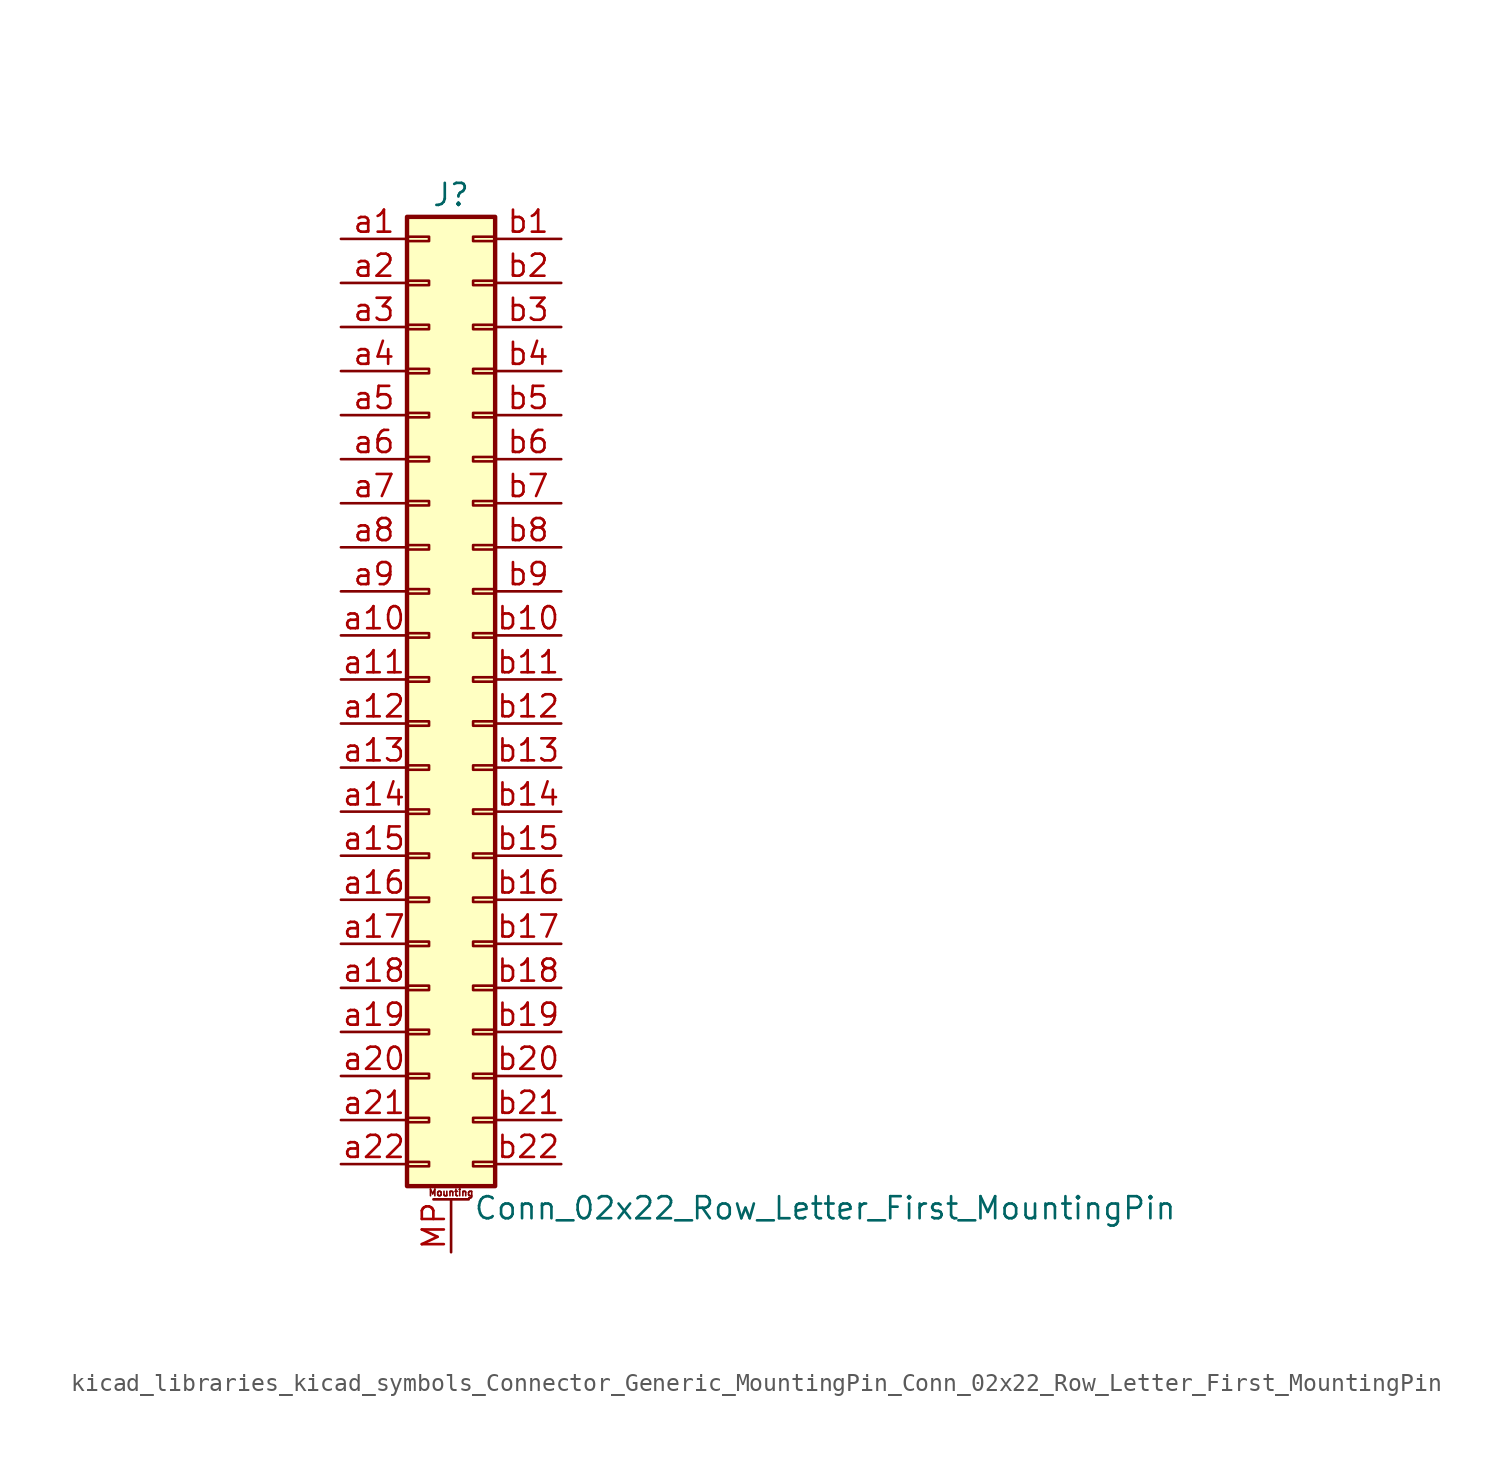
<source format=kicad_sym>
(kicad_symbol_lib
  (version 20220914)
  (generator kicad_symbol_editor)
  (symbol "kicad_libraries_kicad_symbols_Connector_Generic_MountingPin_Conn_02x22_Row_Letter_First_MountingPin"
    (pin_names
      (offset 1.016) hide)
    (property "Reference" "J"
      (at 1.27 27.94 0)
      (effects (font (size 1.27 1.27))))
    (property "Value" "Conn_02x22_Row_Letter_First_MountingPin"
      (at 2.54 -30.48 0)
      (effects (font (size 1.27 1.27)) (justify left)))
    (symbol "kicad_libraries_kicad_symbols_Connector_Generic_MountingPin_Conn_02x22_Row_Letter_First_MountingPin_1_1"
      (rectangle (start -1.27 -27.813) (end 0 -28.067) (stroke (width 0.152) (type default)) (fill (type none)))
      (rectangle (start -1.27 -25.273) (end 0 -25.527) (stroke (width 0.152) (type default)) (fill (type none)))
      (rectangle (start -1.27 -22.733) (end 0 -22.987) (stroke (width 0.152) (type default)) (fill (type none)))
      (rectangle (start -1.27 -20.193) (end 0 -20.447) (stroke (width 0.152) (type default)) (fill (type none)))
      (rectangle (start -1.27 -17.653) (end 0 -17.907) (stroke (width 0.152) (type default)) (fill (type none)))
      (rectangle (start -1.27 -15.113) (end 0 -15.367) (stroke (width 0.152) (type default)) (fill (type none)))
      (rectangle (start -1.27 -12.573) (end 0 -12.827) (stroke (width 0.152) (type default)) (fill (type none)))
      (rectangle (start -1.27 -10.033) (end 0 -10.287) (stroke (width 0.152) (type default)) (fill (type none)))
      (rectangle (start -1.27 -7.493) (end 0 -7.747) (stroke (width 0.152) (type default)) (fill (type none)))
      (rectangle (start -1.27 -4.953) (end 0 -5.207) (stroke (width 0.152) (type default)) (fill (type none)))
      (rectangle (start -1.27 -2.413) (end 0 -2.667) (stroke (width 0.152) (type default)) (fill (type none)))
      (rectangle (start -1.27 0.127) (end 0 -0.127) (stroke (width 0.152) (type default)) (fill (type none)))
      (rectangle (start -1.27 2.667) (end 0 2.413) (stroke (width 0.152) (type default)) (fill (type none)))
      (rectangle (start -1.27 5.207) (end 0 4.953) (stroke (width 0.152) (type default)) (fill (type none)))
      (rectangle (start -1.27 7.747) (end 0 7.493) (stroke (width 0.152) (type default)) (fill (type none)))
      (rectangle (start -1.27 10.287) (end 0 10.033) (stroke (width 0.152) (type default)) (fill (type none)))
      (rectangle (start -1.27 12.827) (end 0 12.573) (stroke (width 0.152) (type default)) (fill (type none)))
      (rectangle (start -1.27 15.367) (end 0 15.113) (stroke (width 0.152) (type default)) (fill (type none)))
      (rectangle (start -1.27 17.907) (end 0 17.653) (stroke (width 0.152) (type default)) (fill (type none)))
      (rectangle (start -1.27 20.447) (end 0 20.193) (stroke (width 0.152) (type default)) (fill (type none)))
      (rectangle (start -1.27 22.987) (end 0 22.733) (stroke (width 0.152) (type default)) (fill (type none)))
      (rectangle (start -1.27 25.527) (end 0 25.273) (stroke (width 0.152) (type default)) (fill (type none)))
      (rectangle (start -1.27 26.67) (end 3.81 -29.21) (stroke (width 0.254) (type default)) (fill (type background)))
      (polyline (pts (xy 0.254 -29.972) (xy 2.286 -29.972)) (stroke (width 0.152) (type default)) (fill (type none)))
      (rectangle (start 3.81 -27.813) (end 2.54 -28.067) (stroke (width 0.152) (type default)) (fill (type none)))
      (rectangle (start 3.81 -25.273) (end 2.54 -25.527) (stroke (width 0.152) (type default)) (fill (type none)))
      (rectangle (start 3.81 -22.733) (end 2.54 -22.987) (stroke (width 0.152) (type default)) (fill (type none)))
      (rectangle (start 3.81 -20.193) (end 2.54 -20.447) (stroke (width 0.152) (type default)) (fill (type none)))
      (rectangle (start 3.81 -17.653) (end 2.54 -17.907) (stroke (width 0.152) (type default)) (fill (type none)))
      (rectangle (start 3.81 -15.113) (end 2.54 -15.367) (stroke (width 0.152) (type default)) (fill (type none)))
      (rectangle (start 3.81 -12.573) (end 2.54 -12.827) (stroke (width 0.152) (type default)) (fill (type none)))
      (rectangle (start 3.81 -10.033) (end 2.54 -10.287) (stroke (width 0.152) (type default)) (fill (type none)))
      (rectangle (start 3.81 -7.493) (end 2.54 -7.747) (stroke (width 0.152) (type default)) (fill (type none)))
      (rectangle (start 3.81 -4.953) (end 2.54 -5.207) (stroke (width 0.152) (type default)) (fill (type none)))
      (rectangle (start 3.81 -2.413) (end 2.54 -2.667) (stroke (width 0.152) (type default)) (fill (type none)))
      (rectangle (start 3.81 0.127) (end 2.54 -0.127) (stroke (width 0.152) (type default)) (fill (type none)))
      (rectangle (start 3.81 2.667) (end 2.54 2.413) (stroke (width 0.152) (type default)) (fill (type none)))
      (rectangle (start 3.81 5.207) (end 2.54 4.953) (stroke (width 0.152) (type default)) (fill (type none)))
      (rectangle (start 3.81 7.747) (end 2.54 7.493) (stroke (width 0.152) (type default)) (fill (type none)))
      (rectangle (start 3.81 10.287) (end 2.54 10.033) (stroke (width 0.152) (type default)) (fill (type none)))
      (rectangle (start 3.81 12.827) (end 2.54 12.573) (stroke (width 0.152) (type default)) (fill (type none)))
      (rectangle (start 3.81 15.367) (end 2.54 15.113) (stroke (width 0.152) (type default)) (fill (type none)))
      (rectangle (start 3.81 17.907) (end 2.54 17.653) (stroke (width 0.152) (type default)) (fill (type none)))
      (rectangle (start 3.81 20.447) (end 2.54 20.193) (stroke (width 0.152) (type default)) (fill (type none)))
      (rectangle (start 3.81 22.987) (end 2.54 22.733) (stroke (width 0.152) (type default)) (fill (type none)))
      (rectangle (start 3.81 25.527) (end 2.54 25.273) (stroke (width 0.152) (type default)) (fill (type none)))
      (text "Mounting" (at 1.27 -29.591 0) (effects (font (size 0.381 0.381))))
      (pin passive line (at 1.27 -33.02 90) (length 3.048) (name "MountPin" (effects (font (size 1.27 1.27)))) (number "MP" (effects (font (size 1.27 1.27)))))
      (pin passive line (at -5.08 25.4 0) (length 3.81) (name "Pin_a1" (effects (font (size 1.27 1.27)))) (number "a1" (effects (font (size 1.27 1.27)))))
      (pin passive line (at -5.08 2.54 0) (length 3.81) (name "Pin_a10" (effects (font (size 1.27 1.27)))) (number "a10" (effects (font (size 1.27 1.27)))))
      (pin passive line (at -5.08 0 0) (length 3.81) (name "Pin_a11" (effects (font (size 1.27 1.27)))) (number "a11" (effects (font (size 1.27 1.27)))))
      (pin passive line (at -5.08 -2.54 0) (length 3.81) (name "Pin_a12" (effects (font (size 1.27 1.27)))) (number "a12" (effects (font (size 1.27 1.27)))))
      (pin passive line (at -5.08 -5.08 0) (length 3.81) (name "Pin_a13" (effects (font (size 1.27 1.27)))) (number "a13" (effects (font (size 1.27 1.27)))))
      (pin passive line (at -5.08 -7.62 0) (length 3.81) (name "Pin_a14" (effects (font (size 1.27 1.27)))) (number "a14" (effects (font (size 1.27 1.27)))))
      (pin passive line (at -5.08 -10.16 0) (length 3.81) (name "Pin_a15" (effects (font (size 1.27 1.27)))) (number "a15" (effects (font (size 1.27 1.27)))))
      (pin passive line (at -5.08 -12.7 0) (length 3.81) (name "Pin_a16" (effects (font (size 1.27 1.27)))) (number "a16" (effects (font (size 1.27 1.27)))))
      (pin passive line (at -5.08 -15.24 0) (length 3.81) (name "Pin_a17" (effects (font (size 1.27 1.27)))) (number "a17" (effects (font (size 1.27 1.27)))))
      (pin passive line (at -5.08 -17.78 0) (length 3.81) (name "Pin_a18" (effects (font (size 1.27 1.27)))) (number "a18" (effects (font (size 1.27 1.27)))))
      (pin passive line (at -5.08 -20.32 0) (length 3.81) (name "Pin_a19" (effects (font (size 1.27 1.27)))) (number "a19" (effects (font (size 1.27 1.27)))))
      (pin passive line (at -5.08 22.86 0) (length 3.81) (name "Pin_a2" (effects (font (size 1.27 1.27)))) (number "a2" (effects (font (size 1.27 1.27)))))
      (pin passive line (at -5.08 -22.86 0) (length 3.81) (name "Pin_a20" (effects (font (size 1.27 1.27)))) (number "a20" (effects (font (size 1.27 1.27)))))
      (pin passive line (at -5.08 -25.4 0) (length 3.81) (name "Pin_a21" (effects (font (size 1.27 1.27)))) (number "a21" (effects (font (size 1.27 1.27)))))
      (pin passive line (at -5.08 -27.94 0) (length 3.81) (name "Pin_a22" (effects (font (size 1.27 1.27)))) (number "a22" (effects (font (size 1.27 1.27)))))
      (pin passive line (at -5.08 20.32 0) (length 3.81) (name "Pin_a3" (effects (font (size 1.27 1.27)))) (number "a3" (effects (font (size 1.27 1.27)))))
      (pin passive line (at -5.08 17.78 0) (length 3.81) (name "Pin_a4" (effects (font (size 1.27 1.27)))) (number "a4" (effects (font (size 1.27 1.27)))))
      (pin passive line (at -5.08 15.24 0) (length 3.81) (name "Pin_a5" (effects (font (size 1.27 1.27)))) (number "a5" (effects (font (size 1.27 1.27)))))
      (pin passive line (at -5.08 12.7 0) (length 3.81) (name "Pin_a6" (effects (font (size 1.27 1.27)))) (number "a6" (effects (font (size 1.27 1.27)))))
      (pin passive line (at -5.08 10.16 0) (length 3.81) (name "Pin_a7" (effects (font (size 1.27 1.27)))) (number "a7" (effects (font (size 1.27 1.27)))))
      (pin passive line (at -5.08 7.62 0) (length 3.81) (name "Pin_a8" (effects (font (size 1.27 1.27)))) (number "a8" (effects (font (size 1.27 1.27)))))
      (pin passive line (at -5.08 5.08 0) (length 3.81) (name "Pin_a9" (effects (font (size 1.27 1.27)))) (number "a9" (effects (font (size 1.27 1.27)))))
      (pin passive line (at 7.62 25.4 180) (length 3.81) (name "Pin_b1" (effects (font (size 1.27 1.27)))) (number "b1" (effects (font (size 1.27 1.27)))))
      (pin passive line (at 7.62 2.54 180) (length 3.81) (name "Pin_b10" (effects (font (size 1.27 1.27)))) (number "b10" (effects (font (size 1.27 1.27)))))
      (pin passive line (at 7.62 0 180) (length 3.81) (name "Pin_b11" (effects (font (size 1.27 1.27)))) (number "b11" (effects (font (size 1.27 1.27)))))
      (pin passive line (at 7.62 -2.54 180) (length 3.81) (name "Pin_b12" (effects (font (size 1.27 1.27)))) (number "b12" (effects (font (size 1.27 1.27)))))
      (pin passive line (at 7.62 -5.08 180) (length 3.81) (name "Pin_b13" (effects (font (size 1.27 1.27)))) (number "b13" (effects (font (size 1.27 1.27)))))
      (pin passive line (at 7.62 -7.62 180) (length 3.81) (name "Pin_b14" (effects (font (size 1.27 1.27)))) (number "b14" (effects (font (size 1.27 1.27)))))
      (pin passive line (at 7.62 -10.16 180) (length 3.81) (name "Pin_b15" (effects (font (size 1.27 1.27)))) (number "b15" (effects (font (size 1.27 1.27)))))
      (pin passive line (at 7.62 -12.7 180) (length 3.81) (name "Pin_b16" (effects (font (size 1.27 1.27)))) (number "b16" (effects (font (size 1.27 1.27)))))
      (pin passive line (at 7.62 -15.24 180) (length 3.81) (name "Pin_b17" (effects (font (size 1.27 1.27)))) (number "b17" (effects (font (size 1.27 1.27)))))
      (pin passive line (at 7.62 -17.78 180) (length 3.81) (name "Pin_b18" (effects (font (size 1.27 1.27)))) (number "b18" (effects (font (size 1.27 1.27)))))
      (pin passive line (at 7.62 -20.32 180) (length 3.81) (name "Pin_b19" (effects (font (size 1.27 1.27)))) (number "b19" (effects (font (size 1.27 1.27)))))
      (pin passive line (at 7.62 22.86 180) (length 3.81) (name "Pin_b2" (effects (font (size 1.27 1.27)))) (number "b2" (effects (font (size 1.27 1.27)))))
      (pin passive line (at 7.62 -22.86 180) (length 3.81) (name "Pin_b20" (effects (font (size 1.27 1.27)))) (number "b20" (effects (font (size 1.27 1.27)))))
      (pin passive line (at 7.62 -25.4 180) (length 3.81) (name "Pin_b21" (effects (font (size 1.27 1.27)))) (number "b21" (effects (font (size 1.27 1.27)))))
      (pin passive line (at 7.62 -27.94 180) (length 3.81) (name "Pin_b22" (effects (font (size 1.27 1.27)))) (number "b22" (effects (font (size 1.27 1.27)))))
      (pin passive line (at 7.62 20.32 180) (length 3.81) (name "Pin_b3" (effects (font (size 1.27 1.27)))) (number "b3" (effects (font (size 1.27 1.27)))))
      (pin passive line (at 7.62 17.78 180) (length 3.81) (name "Pin_b4" (effects (font (size 1.27 1.27)))) (number "b4" (effects (font (size 1.27 1.27)))))
      (pin passive line (at 7.62 15.24 180) (length 3.81) (name "Pin_b5" (effects (font (size 1.27 1.27)))) (number "b5" (effects (font (size 1.27 1.27)))))
      (pin passive line (at 7.62 12.7 180) (length 3.81) (name "Pin_b6" (effects (font (size 1.27 1.27)))) (number "b6" (effects (font (size 1.27 1.27)))))
      (pin passive line (at 7.62 10.16 180) (length 3.81) (name "Pin_b7" (effects (font (size 1.27 1.27)))) (number "b7" (effects (font (size 1.27 1.27)))))
      (pin passive line (at 7.62 7.62 180) (length 3.81) (name "Pin_b8" (effects (font (size 1.27 1.27)))) (number "b8" (effects (font (size 1.27 1.27)))))
      (pin passive line (at 7.62 5.08 180) (length 3.81) (name "Pin_b9" (effects (font (size 1.27 1.27)))) (number "b9" (effects (font (size 1.27 1.27))))))))
</source>
